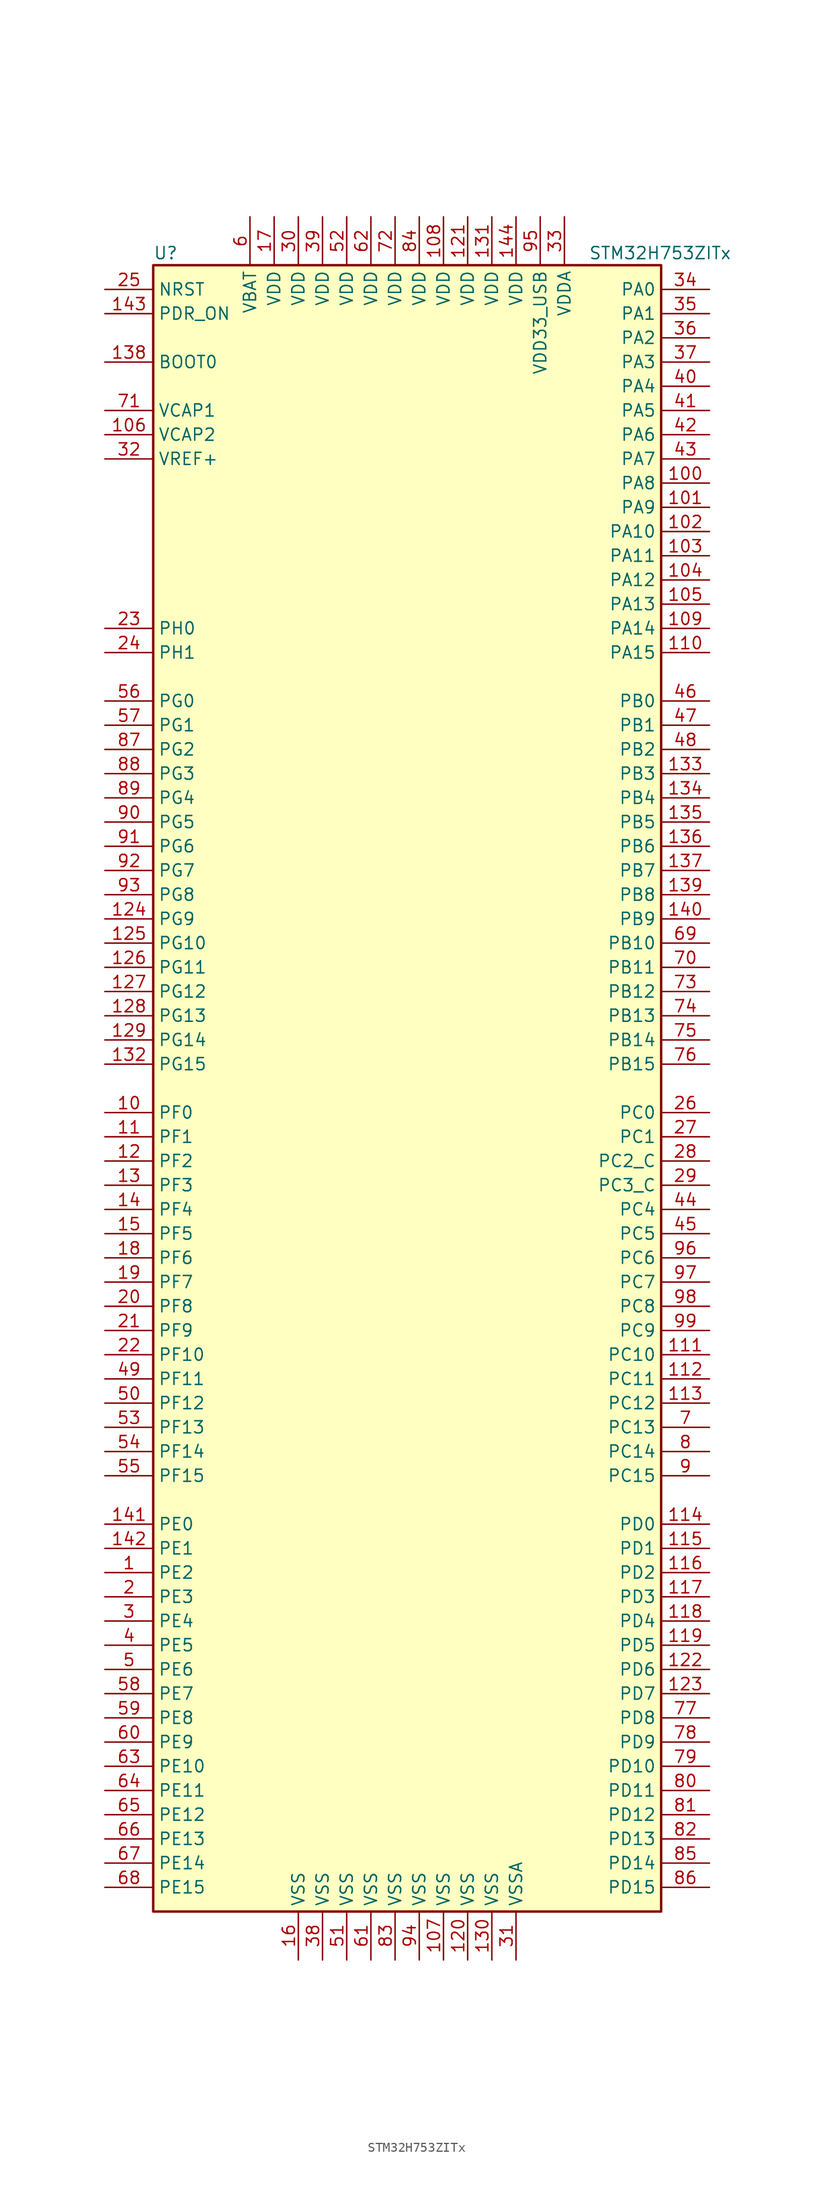
<source format=kicad_sym>
(kicad_symbol_lib
  (version 20201005)
  (generator kicad_symbol_editor)
  (symbol "STM32H753ZITx"
    (property "Reference" "U"
      (at -27.94 87.63 0)
      (effects (font (size 1.27 1.27)) (justify left)))
    (property "Value" "STM32H753ZITx"
      (at 17.78 87.63 0)
      (effects (font (size 1.27 1.27)) (justify left)))
    (symbol "STM32H753ZITx_0_1"
      (rectangle (start -27.94 -86.36) (end 25.4 86.36) (stroke (width 0.254)) (fill (type background))))
    (symbol "STM32H753ZITx_1_1"
      (pin input line (at -33.02 76.2 0) (length 5.08) (name "BOOT0" (effects (font (size 1.27 1.27)))) (number "138" (effects (font (size 1.27 1.27)))))
      (pin input line (at -33.02 83.82 0) (length 5.08) (name "NRST" (effects (font (size 1.27 1.27)))) (number "25" (effects (font (size 1.27 1.27)))))
      (pin bidirectional line (at 30.48 83.82 180) (length 5.08) (name "PA0" (effects (font (size 1.27 1.27)))) (number "34" (effects (font (size 1.27 1.27)))))
      (pin bidirectional line (at 30.48 81.28 180) (length 5.08) (name "PA1" (effects (font (size 1.27 1.27)))) (number "35" (effects (font (size 1.27 1.27)))))
      (pin bidirectional line (at 30.48 58.42 180) (length 5.08) (name "PA10" (effects (font (size 1.27 1.27)))) (number "102" (effects (font (size 1.27 1.27)))))
      (pin bidirectional line (at 30.48 55.88 180) (length 5.08) (name "PA11" (effects (font (size 1.27 1.27)))) (number "103" (effects (font (size 1.27 1.27)))))
      (pin bidirectional line (at 30.48 53.34 180) (length 5.08) (name "PA12" (effects (font (size 1.27 1.27)))) (number "104" (effects (font (size 1.27 1.27)))))
      (pin bidirectional line (at 30.48 50.8 180) (length 5.08) (name "PA13" (effects (font (size 1.27 1.27)))) (number "105" (effects (font (size 1.27 1.27)))))
      (pin bidirectional line (at 30.48 48.26 180) (length 5.08) (name "PA14" (effects (font (size 1.27 1.27)))) (number "109" (effects (font (size 1.27 1.27)))))
      (pin bidirectional line (at 30.48 45.72 180) (length 5.08) (name "PA15" (effects (font (size 1.27 1.27)))) (number "110" (effects (font (size 1.27 1.27)))))
      (pin bidirectional line (at 30.48 78.74 180) (length 5.08) (name "PA2" (effects (font (size 1.27 1.27)))) (number "36" (effects (font (size 1.27 1.27)))))
      (pin bidirectional line (at 30.48 76.2 180) (length 5.08) (name "PA3" (effects (font (size 1.27 1.27)))) (number "37" (effects (font (size 1.27 1.27)))))
      (pin bidirectional line (at 30.48 73.66 180) (length 5.08) (name "PA4" (effects (font (size 1.27 1.27)))) (number "40" (effects (font (size 1.27 1.27)))))
      (pin bidirectional line (at 30.48 71.12 180) (length 5.08) (name "PA5" (effects (font (size 1.27 1.27)))) (number "41" (effects (font (size 1.27 1.27)))))
      (pin bidirectional line (at 30.48 68.58 180) (length 5.08) (name "PA6" (effects (font (size 1.27 1.27)))) (number "42" (effects (font (size 1.27 1.27)))))
      (pin bidirectional line (at 30.48 66.04 180) (length 5.08) (name "PA7" (effects (font (size 1.27 1.27)))) (number "43" (effects (font (size 1.27 1.27)))))
      (pin bidirectional line (at 30.48 63.5 180) (length 5.08) (name "PA8" (effects (font (size 1.27 1.27)))) (number "100" (effects (font (size 1.27 1.27)))))
      (pin bidirectional line (at 30.48 60.96 180) (length 5.08) (name "PA9" (effects (font (size 1.27 1.27)))) (number "101" (effects (font (size 1.27 1.27)))))
      (pin bidirectional line (at 30.48 40.64 180) (length 5.08) (name "PB0" (effects (font (size 1.27 1.27)))) (number "46" (effects (font (size 1.27 1.27)))))
      (pin bidirectional line (at 30.48 38.1 180) (length 5.08) (name "PB1" (effects (font (size 1.27 1.27)))) (number "47" (effects (font (size 1.27 1.27)))))
      (pin bidirectional line (at 30.48 15.24 180) (length 5.08) (name "PB10" (effects (font (size 1.27 1.27)))) (number "69" (effects (font (size 1.27 1.27)))))
      (pin bidirectional line (at 30.48 12.7 180) (length 5.08) (name "PB11" (effects (font (size 1.27 1.27)))) (number "70" (effects (font (size 1.27 1.27)))))
      (pin bidirectional line (at 30.48 10.16 180) (length 5.08) (name "PB12" (effects (font (size 1.27 1.27)))) (number "73" (effects (font (size 1.27 1.27)))))
      (pin bidirectional line (at 30.48 7.62 180) (length 5.08) (name "PB13" (effects (font (size 1.27 1.27)))) (number "74" (effects (font (size 1.27 1.27)))))
      (pin bidirectional line (at 30.48 5.08 180) (length 5.08) (name "PB14" (effects (font (size 1.27 1.27)))) (number "75" (effects (font (size 1.27 1.27)))))
      (pin bidirectional line (at 30.48 2.54 180) (length 5.08) (name "PB15" (effects (font (size 1.27 1.27)))) (number "76" (effects (font (size 1.27 1.27)))))
      (pin bidirectional line (at 30.48 35.56 180) (length 5.08) (name "PB2" (effects (font (size 1.27 1.27)))) (number "48" (effects (font (size 1.27 1.27)))))
      (pin bidirectional line (at 30.48 33.02 180) (length 5.08) (name "PB3" (effects (font (size 1.27 1.27)))) (number "133" (effects (font (size 1.27 1.27)))))
      (pin bidirectional line (at 30.48 30.48 180) (length 5.08) (name "PB4" (effects (font (size 1.27 1.27)))) (number "134" (effects (font (size 1.27 1.27)))))
      (pin bidirectional line (at 30.48 27.94 180) (length 5.08) (name "PB5" (effects (font (size 1.27 1.27)))) (number "135" (effects (font (size 1.27 1.27)))))
      (pin bidirectional line (at 30.48 25.4 180) (length 5.08) (name "PB6" (effects (font (size 1.27 1.27)))) (number "136" (effects (font (size 1.27 1.27)))))
      (pin bidirectional line (at 30.48 22.86 180) (length 5.08) (name "PB7" (effects (font (size 1.27 1.27)))) (number "137" (effects (font (size 1.27 1.27)))))
      (pin bidirectional line (at 30.48 20.32 180) (length 5.08) (name "PB8" (effects (font (size 1.27 1.27)))) (number "139" (effects (font (size 1.27 1.27)))))
      (pin bidirectional line (at 30.48 17.78 180) (length 5.08) (name "PB9" (effects (font (size 1.27 1.27)))) (number "140" (effects (font (size 1.27 1.27)))))
      (pin bidirectional line (at 30.48 -2.54 180) (length 5.08) (name "PC0" (effects (font (size 1.27 1.27)))) (number "26" (effects (font (size 1.27 1.27)))))
      (pin bidirectional line (at 30.48 -5.08 180) (length 5.08) (name "PC1" (effects (font (size 1.27 1.27)))) (number "27" (effects (font (size 1.27 1.27)))))
      (pin bidirectional line (at 30.48 -27.94 180) (length 5.08) (name "PC10" (effects (font (size 1.27 1.27)))) (number "111" (effects (font (size 1.27 1.27)))))
      (pin bidirectional line (at 30.48 -30.48 180) (length 5.08) (name "PC11" (effects (font (size 1.27 1.27)))) (number "112" (effects (font (size 1.27 1.27)))))
      (pin bidirectional line (at 30.48 -33.02 180) (length 5.08) (name "PC12" (effects (font (size 1.27 1.27)))) (number "113" (effects (font (size 1.27 1.27)))))
      (pin bidirectional line (at 30.48 -35.56 180) (length 5.08) (name "PC13" (effects (font (size 1.27 1.27)))) (number "7" (effects (font (size 1.27 1.27)))))
      (pin bidirectional line (at 30.48 -38.1 180) (length 5.08) (name "PC14" (effects (font (size 1.27 1.27)))) (number "8" (effects (font (size 1.27 1.27)))))
      (pin bidirectional line (at 30.48 -40.64 180) (length 5.08) (name "PC15" (effects (font (size 1.27 1.27)))) (number "9" (effects (font (size 1.27 1.27)))))
      (pin bidirectional line (at 30.48 -7.62 180) (length 5.08) (name "PC2_C" (effects (font (size 1.27 1.27)))) (number "28" (effects (font (size 1.27 1.27)))))
      (pin bidirectional line (at 30.48 -10.16 180) (length 5.08) (name "PC3_C" (effects (font (size 1.27 1.27)))) (number "29" (effects (font (size 1.27 1.27)))))
      (pin bidirectional line (at 30.48 -12.7 180) (length 5.08) (name "PC4" (effects (font (size 1.27 1.27)))) (number "44" (effects (font (size 1.27 1.27)))))
      (pin bidirectional line (at 30.48 -15.24 180) (length 5.08) (name "PC5" (effects (font (size 1.27 1.27)))) (number "45" (effects (font (size 1.27 1.27)))))
      (pin bidirectional line (at 30.48 -17.78 180) (length 5.08) (name "PC6" (effects (font (size 1.27 1.27)))) (number "96" (effects (font (size 1.27 1.27)))))
      (pin bidirectional line (at 30.48 -20.32 180) (length 5.08) (name "PC7" (effects (font (size 1.27 1.27)))) (number "97" (effects (font (size 1.27 1.27)))))
      (pin bidirectional line (at 30.48 -22.86 180) (length 5.08) (name "PC8" (effects (font (size 1.27 1.27)))) (number "98" (effects (font (size 1.27 1.27)))))
      (pin bidirectional line (at 30.48 -25.4 180) (length 5.08) (name "PC9" (effects (font (size 1.27 1.27)))) (number "99" (effects (font (size 1.27 1.27)))))
      (pin bidirectional line (at 30.48 -45.72 180) (length 5.08) (name "PD0" (effects (font (size 1.27 1.27)))) (number "114" (effects (font (size 1.27 1.27)))))
      (pin bidirectional line (at 30.48 -48.26 180) (length 5.08) (name "PD1" (effects (font (size 1.27 1.27)))) (number "115" (effects (font (size 1.27 1.27)))))
      (pin bidirectional line (at 30.48 -71.12 180) (length 5.08) (name "PD10" (effects (font (size 1.27 1.27)))) (number "79" (effects (font (size 1.27 1.27)))))
      (pin bidirectional line (at 30.48 -73.66 180) (length 5.08) (name "PD11" (effects (font (size 1.27 1.27)))) (number "80" (effects (font (size 1.27 1.27)))))
      (pin bidirectional line (at 30.48 -76.2 180) (length 5.08) (name "PD12" (effects (font (size 1.27 1.27)))) (number "81" (effects (font (size 1.27 1.27)))))
      (pin bidirectional line (at 30.48 -78.74 180) (length 5.08) (name "PD13" (effects (font (size 1.27 1.27)))) (number "82" (effects (font (size 1.27 1.27)))))
      (pin bidirectional line (at 30.48 -81.28 180) (length 5.08) (name "PD14" (effects (font (size 1.27 1.27)))) (number "85" (effects (font (size 1.27 1.27)))))
      (pin bidirectional line (at 30.48 -83.82 180) (length 5.08) (name "PD15" (effects (font (size 1.27 1.27)))) (number "86" (effects (font (size 1.27 1.27)))))
      (pin bidirectional line (at 30.48 -50.8 180) (length 5.08) (name "PD2" (effects (font (size 1.27 1.27)))) (number "116" (effects (font (size 1.27 1.27)))))
      (pin bidirectional line (at 30.48 -53.34 180) (length 5.08) (name "PD3" (effects (font (size 1.27 1.27)))) (number "117" (effects (font (size 1.27 1.27)))))
      (pin bidirectional line (at 30.48 -55.88 180) (length 5.08) (name "PD4" (effects (font (size 1.27 1.27)))) (number "118" (effects (font (size 1.27 1.27)))))
      (pin bidirectional line (at 30.48 -58.42 180) (length 5.08) (name "PD5" (effects (font (size 1.27 1.27)))) (number "119" (effects (font (size 1.27 1.27)))))
      (pin bidirectional line (at 30.48 -60.96 180) (length 5.08) (name "PD6" (effects (font (size 1.27 1.27)))) (number "122" (effects (font (size 1.27 1.27)))))
      (pin bidirectional line (at 30.48 -63.5 180) (length 5.08) (name "PD7" (effects (font (size 1.27 1.27)))) (number "123" (effects (font (size 1.27 1.27)))))
      (pin bidirectional line (at 30.48 -66.04 180) (length 5.08) (name "PD8" (effects (font (size 1.27 1.27)))) (number "77" (effects (font (size 1.27 1.27)))))
      (pin bidirectional line (at 30.48 -68.58 180) (length 5.08) (name "PD9" (effects (font (size 1.27 1.27)))) (number "78" (effects (font (size 1.27 1.27)))))
      (pin input line (at -33.02 81.28 0) (length 5.08) (name "PDR_ON" (effects (font (size 1.27 1.27)))) (number "143" (effects (font (size 1.27 1.27)))))
      (pin bidirectional line (at -33.02 -45.72 0) (length 5.08) (name "PE0" (effects (font (size 1.27 1.27)))) (number "141" (effects (font (size 1.27 1.27)))))
      (pin bidirectional line (at -33.02 -48.26 0) (length 5.08) (name "PE1" (effects (font (size 1.27 1.27)))) (number "142" (effects (font (size 1.27 1.27)))))
      (pin bidirectional line (at -33.02 -71.12 0) (length 5.08) (name "PE10" (effects (font (size 1.27 1.27)))) (number "63" (effects (font (size 1.27 1.27)))))
      (pin bidirectional line (at -33.02 -73.66 0) (length 5.08) (name "PE11" (effects (font (size 1.27 1.27)))) (number "64" (effects (font (size 1.27 1.27)))))
      (pin bidirectional line (at -33.02 -76.2 0) (length 5.08) (name "PE12" (effects (font (size 1.27 1.27)))) (number "65" (effects (font (size 1.27 1.27)))))
      (pin bidirectional line (at -33.02 -78.74 0) (length 5.08) (name "PE13" (effects (font (size 1.27 1.27)))) (number "66" (effects (font (size 1.27 1.27)))))
      (pin bidirectional line (at -33.02 -81.28 0) (length 5.08) (name "PE14" (effects (font (size 1.27 1.27)))) (number "67" (effects (font (size 1.27 1.27)))))
      (pin bidirectional line (at -33.02 -83.82 0) (length 5.08) (name "PE15" (effects (font (size 1.27 1.27)))) (number "68" (effects (font (size 1.27 1.27)))))
      (pin bidirectional line (at -33.02 -50.8 0) (length 5.08) (name "PE2" (effects (font (size 1.27 1.27)))) (number "1" (effects (font (size 1.27 1.27)))))
      (pin bidirectional line (at -33.02 -53.34 0) (length 5.08) (name "PE3" (effects (font (size 1.27 1.27)))) (number "2" (effects (font (size 1.27 1.27)))))
      (pin bidirectional line (at -33.02 -55.88 0) (length 5.08) (name "PE4" (effects (font (size 1.27 1.27)))) (number "3" (effects (font (size 1.27 1.27)))))
      (pin bidirectional line (at -33.02 -58.42 0) (length 5.08) (name "PE5" (effects (font (size 1.27 1.27)))) (number "4" (effects (font (size 1.27 1.27)))))
      (pin bidirectional line (at -33.02 -60.96 0) (length 5.08) (name "PE6" (effects (font (size 1.27 1.27)))) (number "5" (effects (font (size 1.27 1.27)))))
      (pin bidirectional line (at -33.02 -63.5 0) (length 5.08) (name "PE7" (effects (font (size 1.27 1.27)))) (number "58" (effects (font (size 1.27 1.27)))))
      (pin bidirectional line (at -33.02 -66.04 0) (length 5.08) (name "PE8" (effects (font (size 1.27 1.27)))) (number "59" (effects (font (size 1.27 1.27)))))
      (pin bidirectional line (at -33.02 -68.58 0) (length 5.08) (name "PE9" (effects (font (size 1.27 1.27)))) (number "60" (effects (font (size 1.27 1.27)))))
      (pin bidirectional line (at -33.02 -2.54 0) (length 5.08) (name "PF0" (effects (font (size 1.27 1.27)))) (number "10" (effects (font (size 1.27 1.27)))))
      (pin bidirectional line (at -33.02 -5.08 0) (length 5.08) (name "PF1" (effects (font (size 1.27 1.27)))) (number "11" (effects (font (size 1.27 1.27)))))
      (pin bidirectional line (at -33.02 -27.94 0) (length 5.08) (name "PF10" (effects (font (size 1.27 1.27)))) (number "22" (effects (font (size 1.27 1.27)))))
      (pin bidirectional line (at -33.02 -30.48 0) (length 5.08) (name "PF11" (effects (font (size 1.27 1.27)))) (number "49" (effects (font (size 1.27 1.27)))))
      (pin bidirectional line (at -33.02 -33.02 0) (length 5.08) (name "PF12" (effects (font (size 1.27 1.27)))) (number "50" (effects (font (size 1.27 1.27)))))
      (pin bidirectional line (at -33.02 -35.56 0) (length 5.08) (name "PF13" (effects (font (size 1.27 1.27)))) (number "53" (effects (font (size 1.27 1.27)))))
      (pin bidirectional line (at -33.02 -38.1 0) (length 5.08) (name "PF14" (effects (font (size 1.27 1.27)))) (number "54" (effects (font (size 1.27 1.27)))))
      (pin bidirectional line (at -33.02 -40.64 0) (length 5.08) (name "PF15" (effects (font (size 1.27 1.27)))) (number "55" (effects (font (size 1.27 1.27)))))
      (pin bidirectional line (at -33.02 -7.62 0) (length 5.08) (name "PF2" (effects (font (size 1.27 1.27)))) (number "12" (effects (font (size 1.27 1.27)))))
      (pin bidirectional line (at -33.02 -10.16 0) (length 5.08) (name "PF3" (effects (font (size 1.27 1.27)))) (number "13" (effects (font (size 1.27 1.27)))))
      (pin bidirectional line (at -33.02 -12.7 0) (length 5.08) (name "PF4" (effects (font (size 1.27 1.27)))) (number "14" (effects (font (size 1.27 1.27)))))
      (pin bidirectional line (at -33.02 -15.24 0) (length 5.08) (name "PF5" (effects (font (size 1.27 1.27)))) (number "15" (effects (font (size 1.27 1.27)))))
      (pin bidirectional line (at -33.02 -17.78 0) (length 5.08) (name "PF6" (effects (font (size 1.27 1.27)))) (number "18" (effects (font (size 1.27 1.27)))))
      (pin bidirectional line (at -33.02 -20.32 0) (length 5.08) (name "PF7" (effects (font (size 1.27 1.27)))) (number "19" (effects (font (size 1.27 1.27)))))
      (pin bidirectional line (at -33.02 -22.86 0) (length 5.08) (name "PF8" (effects (font (size 1.27 1.27)))) (number "20" (effects (font (size 1.27 1.27)))))
      (pin bidirectional line (at -33.02 -25.4 0) (length 5.08) (name "PF9" (effects (font (size 1.27 1.27)))) (number "21" (effects (font (size 1.27 1.27)))))
      (pin bidirectional line (at -33.02 40.64 0) (length 5.08) (name "PG0" (effects (font (size 1.27 1.27)))) (number "56" (effects (font (size 1.27 1.27)))))
      (pin bidirectional line (at -33.02 38.1 0) (length 5.08) (name "PG1" (effects (font (size 1.27 1.27)))) (number "57" (effects (font (size 1.27 1.27)))))
      (pin bidirectional line (at -33.02 15.24 0) (length 5.08) (name "PG10" (effects (font (size 1.27 1.27)))) (number "125" (effects (font (size 1.27 1.27)))))
      (pin bidirectional line (at -33.02 12.7 0) (length 5.08) (name "PG11" (effects (font (size 1.27 1.27)))) (number "126" (effects (font (size 1.27 1.27)))))
      (pin bidirectional line (at -33.02 10.16 0) (length 5.08) (name "PG12" (effects (font (size 1.27 1.27)))) (number "127" (effects (font (size 1.27 1.27)))))
      (pin bidirectional line (at -33.02 7.62 0) (length 5.08) (name "PG13" (effects (font (size 1.27 1.27)))) (number "128" (effects (font (size 1.27 1.27)))))
      (pin bidirectional line (at -33.02 5.08 0) (length 5.08) (name "PG14" (effects (font (size 1.27 1.27)))) (number "129" (effects (font (size 1.27 1.27)))))
      (pin bidirectional line (at -33.02 2.54 0) (length 5.08) (name "PG15" (effects (font (size 1.27 1.27)))) (number "132" (effects (font (size 1.27 1.27)))))
      (pin bidirectional line (at -33.02 35.56 0) (length 5.08) (name "PG2" (effects (font (size 1.27 1.27)))) (number "87" (effects (font (size 1.27 1.27)))))
      (pin bidirectional line (at -33.02 33.02 0) (length 5.08) (name "PG3" (effects (font (size 1.27 1.27)))) (number "88" (effects (font (size 1.27 1.27)))))
      (pin bidirectional line (at -33.02 30.48 0) (length 5.08) (name "PG4" (effects (font (size 1.27 1.27)))) (number "89" (effects (font (size 1.27 1.27)))))
      (pin bidirectional line (at -33.02 27.94 0) (length 5.08) (name "PG5" (effects (font (size 1.27 1.27)))) (number "90" (effects (font (size 1.27 1.27)))))
      (pin bidirectional line (at -33.02 25.4 0) (length 5.08) (name "PG6" (effects (font (size 1.27 1.27)))) (number "91" (effects (font (size 1.27 1.27)))))
      (pin bidirectional line (at -33.02 22.86 0) (length 5.08) (name "PG7" (effects (font (size 1.27 1.27)))) (number "92" (effects (font (size 1.27 1.27)))))
      (pin bidirectional line (at -33.02 20.32 0) (length 5.08) (name "PG8" (effects (font (size 1.27 1.27)))) (number "93" (effects (font (size 1.27 1.27)))))
      (pin bidirectional line (at -33.02 17.78 0) (length 5.08) (name "PG9" (effects (font (size 1.27 1.27)))) (number "124" (effects (font (size 1.27 1.27)))))
      (pin input line (at -33.02 48.26 0) (length 5.08) (name "PH0" (effects (font (size 1.27 1.27)))) (number "23" (effects (font (size 1.27 1.27)))))
      (pin input line (at -33.02 45.72 0) (length 5.08) (name "PH1" (effects (font (size 1.27 1.27)))) (number "24" (effects (font (size 1.27 1.27)))))
      (pin power_in line (at -17.78 91.44 270) (length 5.08) (name "VBAT" (effects (font (size 1.27 1.27)))) (number "6" (effects (font (size 1.27 1.27)))))
      (pin power_in line (at -33.02 71.12 0) (length 5.08) (name "VCAP1" (effects (font (size 1.27 1.27)))) (number "71" (effects (font (size 1.27 1.27)))))
      (pin power_in line (at -33.02 68.58 0) (length 5.08) (name "VCAP2" (effects (font (size 1.27 1.27)))) (number "106" (effects (font (size 1.27 1.27)))))
      (pin power_in line (at 2.54 91.44 270) (length 5.08) (name "VDD" (effects (font (size 1.27 1.27)))) (number "108" (effects (font (size 1.27 1.27)))))
      (pin power_in line (at 5.08 91.44 270) (length 5.08) (name "VDD" (effects (font (size 1.27 1.27)))) (number "121" (effects (font (size 1.27 1.27)))))
      (pin power_in line (at 7.62 91.44 270) (length 5.08) (name "VDD" (effects (font (size 1.27 1.27)))) (number "131" (effects (font (size 1.27 1.27)))))
      (pin power_in line (at 10.16 91.44 270) (length 5.08) (name "VDD" (effects (font (size 1.27 1.27)))) (number "144" (effects (font (size 1.27 1.27)))))
      (pin power_in line (at -15.24 91.44 270) (length 5.08) (name "VDD" (effects (font (size 1.27 1.27)))) (number "17" (effects (font (size 1.27 1.27)))))
      (pin power_in line (at -12.7 91.44 270) (length 5.08) (name "VDD" (effects (font (size 1.27 1.27)))) (number "30" (effects (font (size 1.27 1.27)))))
      (pin power_in line (at -10.16 91.44 270) (length 5.08) (name "VDD" (effects (font (size 1.27 1.27)))) (number "39" (effects (font (size 1.27 1.27)))))
      (pin power_in line (at -7.62 91.44 270) (length 5.08) (name "VDD" (effects (font (size 1.27 1.27)))) (number "52" (effects (font (size 1.27 1.27)))))
      (pin power_in line (at -5.08 91.44 270) (length 5.08) (name "VDD" (effects (font (size 1.27 1.27)))) (number "62" (effects (font (size 1.27 1.27)))))
      (pin power_in line (at -2.54 91.44 270) (length 5.08) (name "VDD" (effects (font (size 1.27 1.27)))) (number "72" (effects (font (size 1.27 1.27)))))
      (pin power_in line (at 0 91.44 270) (length 5.08) (name "VDD" (effects (font (size 1.27 1.27)))) (number "84" (effects (font (size 1.27 1.27)))))
      (pin power_in line (at 12.7 91.44 270) (length 5.08) (name "VDD33_USB" (effects (font (size 1.27 1.27)))) (number "95" (effects (font (size 1.27 1.27)))))
      (pin power_in line (at 15.24 91.44 270) (length 5.08) (name "VDDA" (effects (font (size 1.27 1.27)))) (number "33" (effects (font (size 1.27 1.27)))))
      (pin bidirectional line (at -33.02 66.04 0) (length 5.08) (name "VREF+" (effects (font (size 1.27 1.27)))) (number "32" (effects (font (size 1.27 1.27)))))
      (pin power_in line (at 2.54 -91.44 90) (length 5.08) (name "VSS" (effects (font (size 1.27 1.27)))) (number "107" (effects (font (size 1.27 1.27)))))
      (pin power_in line (at 5.08 -91.44 90) (length 5.08) (name "VSS" (effects (font (size 1.27 1.27)))) (number "120" (effects (font (size 1.27 1.27)))))
      (pin power_in line (at 7.62 -91.44 90) (length 5.08) (name "VSS" (effects (font (size 1.27 1.27)))) (number "130" (effects (font (size 1.27 1.27)))))
      (pin power_in line (at -12.7 -91.44 90) (length 5.08) (name "VSS" (effects (font (size 1.27 1.27)))) (number "16" (effects (font (size 1.27 1.27)))))
      (pin power_in line (at -10.16 -91.44 90) (length 5.08) (name "VSS" (effects (font (size 1.27 1.27)))) (number "38" (effects (font (size 1.27 1.27)))))
      (pin power_in line (at -7.62 -91.44 90) (length 5.08) (name "VSS" (effects (font (size 1.27 1.27)))) (number "51" (effects (font (size 1.27 1.27)))))
      (pin power_in line (at -5.08 -91.44 90) (length 5.08) (name "VSS" (effects (font (size 1.27 1.27)))) (number "61" (effects (font (size 1.27 1.27)))))
      (pin power_in line (at -2.54 -91.44 90) (length 5.08) (name "VSS" (effects (font (size 1.27 1.27)))) (number "83" (effects (font (size 1.27 1.27)))))
      (pin power_in line (at 0 -91.44 90) (length 5.08) (name "VSS" (effects (font (size 1.27 1.27)))) (number "94" (effects (font (size 1.27 1.27)))))
      (pin power_in line (at 10.16 -91.44 90) (length 5.08) (name "VSSA" (effects (font (size 1.27 1.27)))) (number "31" (effects (font (size 1.27 1.27))))))))
</source>
